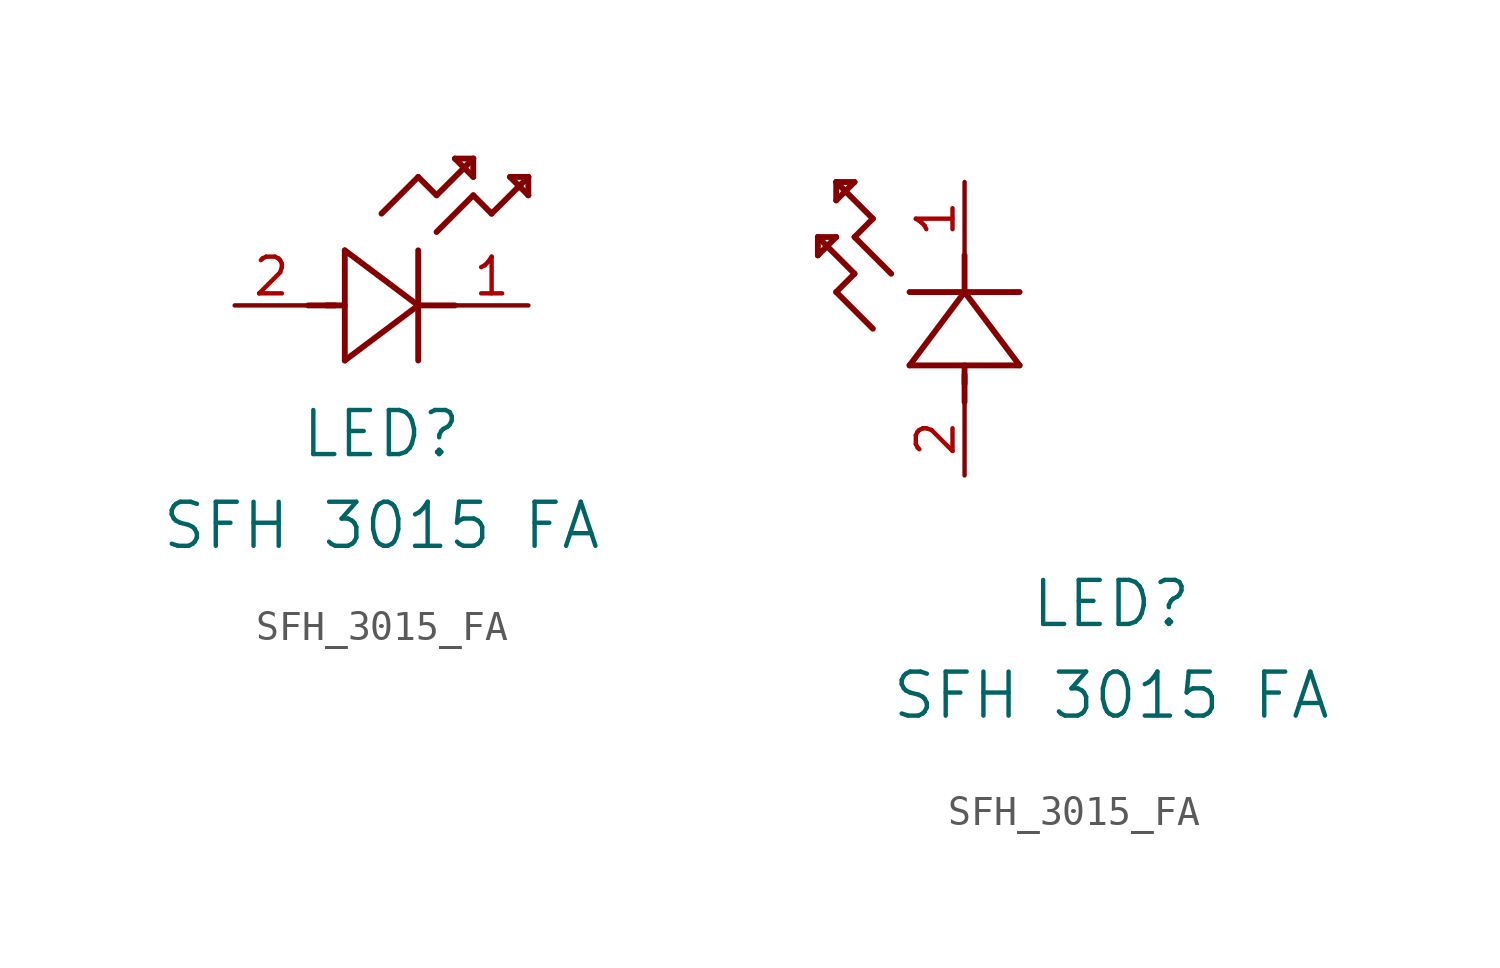
<source format=kicad_sym>
(kicad_symbol_lib
  (version 20211014)
  (generator kicad_symbol_editor)
  (symbol "SFH_3015_FA"
    (pin_names
      (offset 0.254))
    (property "Reference" "LED"
      (at 5.08 -4.445 0)
      (effects (font (size 1.524 1.524))))
    (property "Value" "SFH 3015 FA"
      (at 5.08 -7.62 0)
      (effects (font (size 1.524 1.524))))
    (symbol "SFH_3015_FA_1_1"
      (polyline (pts (xy 2.54 0) (xy 3.48 0)) (stroke (width 0.203) (type default) (color 0 0 0 0)) (fill (type none)))
      (polyline (pts (xy 3.81 1.905) (xy 3.81 -1.905)) (stroke (width 0.203) (type default) (color 0 0 0 0)) (fill (type none)))
      (polyline (pts (xy 3.175 0) (xy 3.81 0)) (stroke (width 0.203) (type default) (color 0 0 0 0)) (fill (type none)))
      (polyline (pts (xy 6.35 -1.905) (xy 6.35 1.905)) (stroke (width 0.203) (type default) (color 0 0 0 0)) (fill (type none)))
      (polyline (pts (xy 6.35 0) (xy 7.62 0)) (stroke (width 0.203) (type default) (color 0 0 0 0)) (fill (type none)))
      (polyline (pts (xy 6.35 4.445) (xy 6.985 3.81)) (stroke (width 0.203) (type default) (color 0 0 0 0)) (fill (type none)))
      (polyline (pts (xy 6.985 3.81) (xy 8.255 5.08)) (stroke (width 0.203) (type default) (color 0 0 0 0)) (fill (type none)))
      (polyline (pts (xy 8.255 3.81) (xy 8.89 3.175)) (stroke (width 0.203) (type default) (color 0 0 0 0)) (fill (type none)))
      (polyline (pts (xy 8.89 3.175) (xy 10.16 4.445)) (stroke (width 0.203) (type default) (color 0 0 0 0)) (fill (type none)))
      (polyline (pts (xy 8.255 5.08) (xy 7.62 5.08)) (stroke (width 0.203) (type default) (color 0 0 0 0)) (fill (type none)))
      (polyline (pts (xy 7.62 5.08) (xy 8.255 4.445)) (stroke (width 0.203) (type default) (color 0 0 0 0)) (fill (type none)))
      (polyline (pts (xy 8.255 4.445) (xy 8.255 5.08)) (stroke (width 0.203) (type default) (color 0 0 0 0)) (fill (type none)))
      (polyline (pts (xy 10.16 4.445) (xy 9.525 4.445)) (stroke (width 0.203) (type default) (color 0 0 0 0)) (fill (type none)))
      (polyline (pts (xy 9.525 4.445) (xy 10.16 3.81)) (stroke (width 0.203) (type default) (color 0 0 0 0)) (fill (type none)))
      (polyline (pts (xy 10.16 3.81) (xy 10.16 4.445)) (stroke (width 0.203) (type default) (color 0 0 0 0)) (fill (type none)))
      (polyline (pts (xy 6.985 2.54) (xy 8.255 3.81)) (stroke (width 0.203) (type default) (color 0 0 0 0)) (fill (type none)))
      (polyline (pts (xy 6.35 0) (xy 3.81 1.905)) (stroke (width 0.203) (type default) (color 0 0 0 0)) (fill (type none)))
      (polyline (pts (xy 3.81 -1.905) (xy 6.35 0)) (stroke (width 0.203) (type default) (color 0 0 0 0)) (fill (type none)))
      (polyline (pts (xy 5.08 3.175) (xy 6.35 4.445)) (stroke (width 0.203) (type default) (color 0 0 0 0)) (fill (type none)))
      (pin unspecified line (at 10.16 0 180) (length 2.54) (name "" (effects (font (size 1.27 1.27)))) (number "1" (effects (font (size 1.27 1.27)))))
      (pin unspecified line (at 0 0 0) (length 2.54) (name "" (effects (font (size 1.27 1.27)))) (number "2" (effects (font (size 1.27 1.27))))))
    (symbol "SFH_3015_FA_1_2"
      (polyline (pts (xy 0 2.54) (xy 0 3.48)) (stroke (width 0.203) (type default) (color 0 0 0 0)) (fill (type none)))
      (polyline (pts (xy -1.905 3.81) (xy 1.905 3.81)) (stroke (width 0.203) (type default) (color 0 0 0 0)) (fill (type none)))
      (polyline (pts (xy 0 3.175) (xy 0 3.81)) (stroke (width 0.203) (type default) (color 0 0 0 0)) (fill (type none)))
      (polyline (pts (xy 1.905 6.35) (xy -1.905 6.35)) (stroke (width 0.203) (type default) (color 0 0 0 0)) (fill (type none)))
      (polyline (pts (xy 0 6.35) (xy 0 7.62)) (stroke (width 0.203) (type default) (color 0 0 0 0)) (fill (type none)))
      (polyline (pts (xy 0 6.35) (xy -1.905 3.81)) (stroke (width 0.203) (type default) (color 0 0 0 0)) (fill (type none)))
      (polyline (pts (xy 1.905 3.81) (xy 0 6.35)) (stroke (width 0.203) (type default) (color 0 0 0 0)) (fill (type none)))
      (polyline (pts (xy -4.445 6.35) (xy -3.81 6.985)) (stroke (width 0.203) (type default) (color 0 0 0 0)) (fill (type none)))
      (polyline (pts (xy -2.54 6.985) (xy -3.81 8.255)) (stroke (width 0.203) (type default) (color 0 0 0 0)) (fill (type none)))
      (polyline (pts (xy -3.175 5.08) (xy -4.445 6.35)) (stroke (width 0.203) (type default) (color 0 0 0 0)) (fill (type none)))
      (polyline (pts (xy -4.445 10.16) (xy -4.445 9.525)) (stroke (width 0.203) (type default) (color 0 0 0 0)) (fill (type none)))
      (polyline (pts (xy -4.445 9.525) (xy -3.81 10.16)) (stroke (width 0.203) (type default) (color 0 0 0 0)) (fill (type none)))
      (polyline (pts (xy -3.81 10.16) (xy -4.445 10.16)) (stroke (width 0.203) (type default) (color 0 0 0 0)) (fill (type none)))
      (polyline (pts (xy -3.81 8.255) (xy -3.175 8.89)) (stroke (width 0.203) (type default) (color 0 0 0 0)) (fill (type none)))
      (polyline (pts (xy -3.175 8.89) (xy -4.445 10.16)) (stroke (width 0.203) (type default) (color 0 0 0 0)) (fill (type none)))
      (polyline (pts (xy -3.81 6.985) (xy -5.08 8.255)) (stroke (width 0.203) (type default) (color 0 0 0 0)) (fill (type none)))
      (polyline (pts (xy -5.08 8.255) (xy -5.08 7.62)) (stroke (width 0.203) (type default) (color 0 0 0 0)) (fill (type none)))
      (polyline (pts (xy -5.08 7.62) (xy -4.445 8.255)) (stroke (width 0.203) (type default) (color 0 0 0 0)) (fill (type none)))
      (polyline (pts (xy -4.445 8.255) (xy -5.08 8.255)) (stroke (width 0.203) (type default) (color 0 0 0 0)) (fill (type none)))
      (pin unspecified line (at 0 10.16 270) (length 2.54) (name "" (effects (font (size 1.27 1.27)))) (number "1" (effects (font (size 1.27 1.27)))))
      (pin unspecified line (at 0 0 90) (length 2.54) (name "" (effects (font (size 1.27 1.27)))) (number "2" (effects (font (size 1.27 1.27))))))))
</source>
